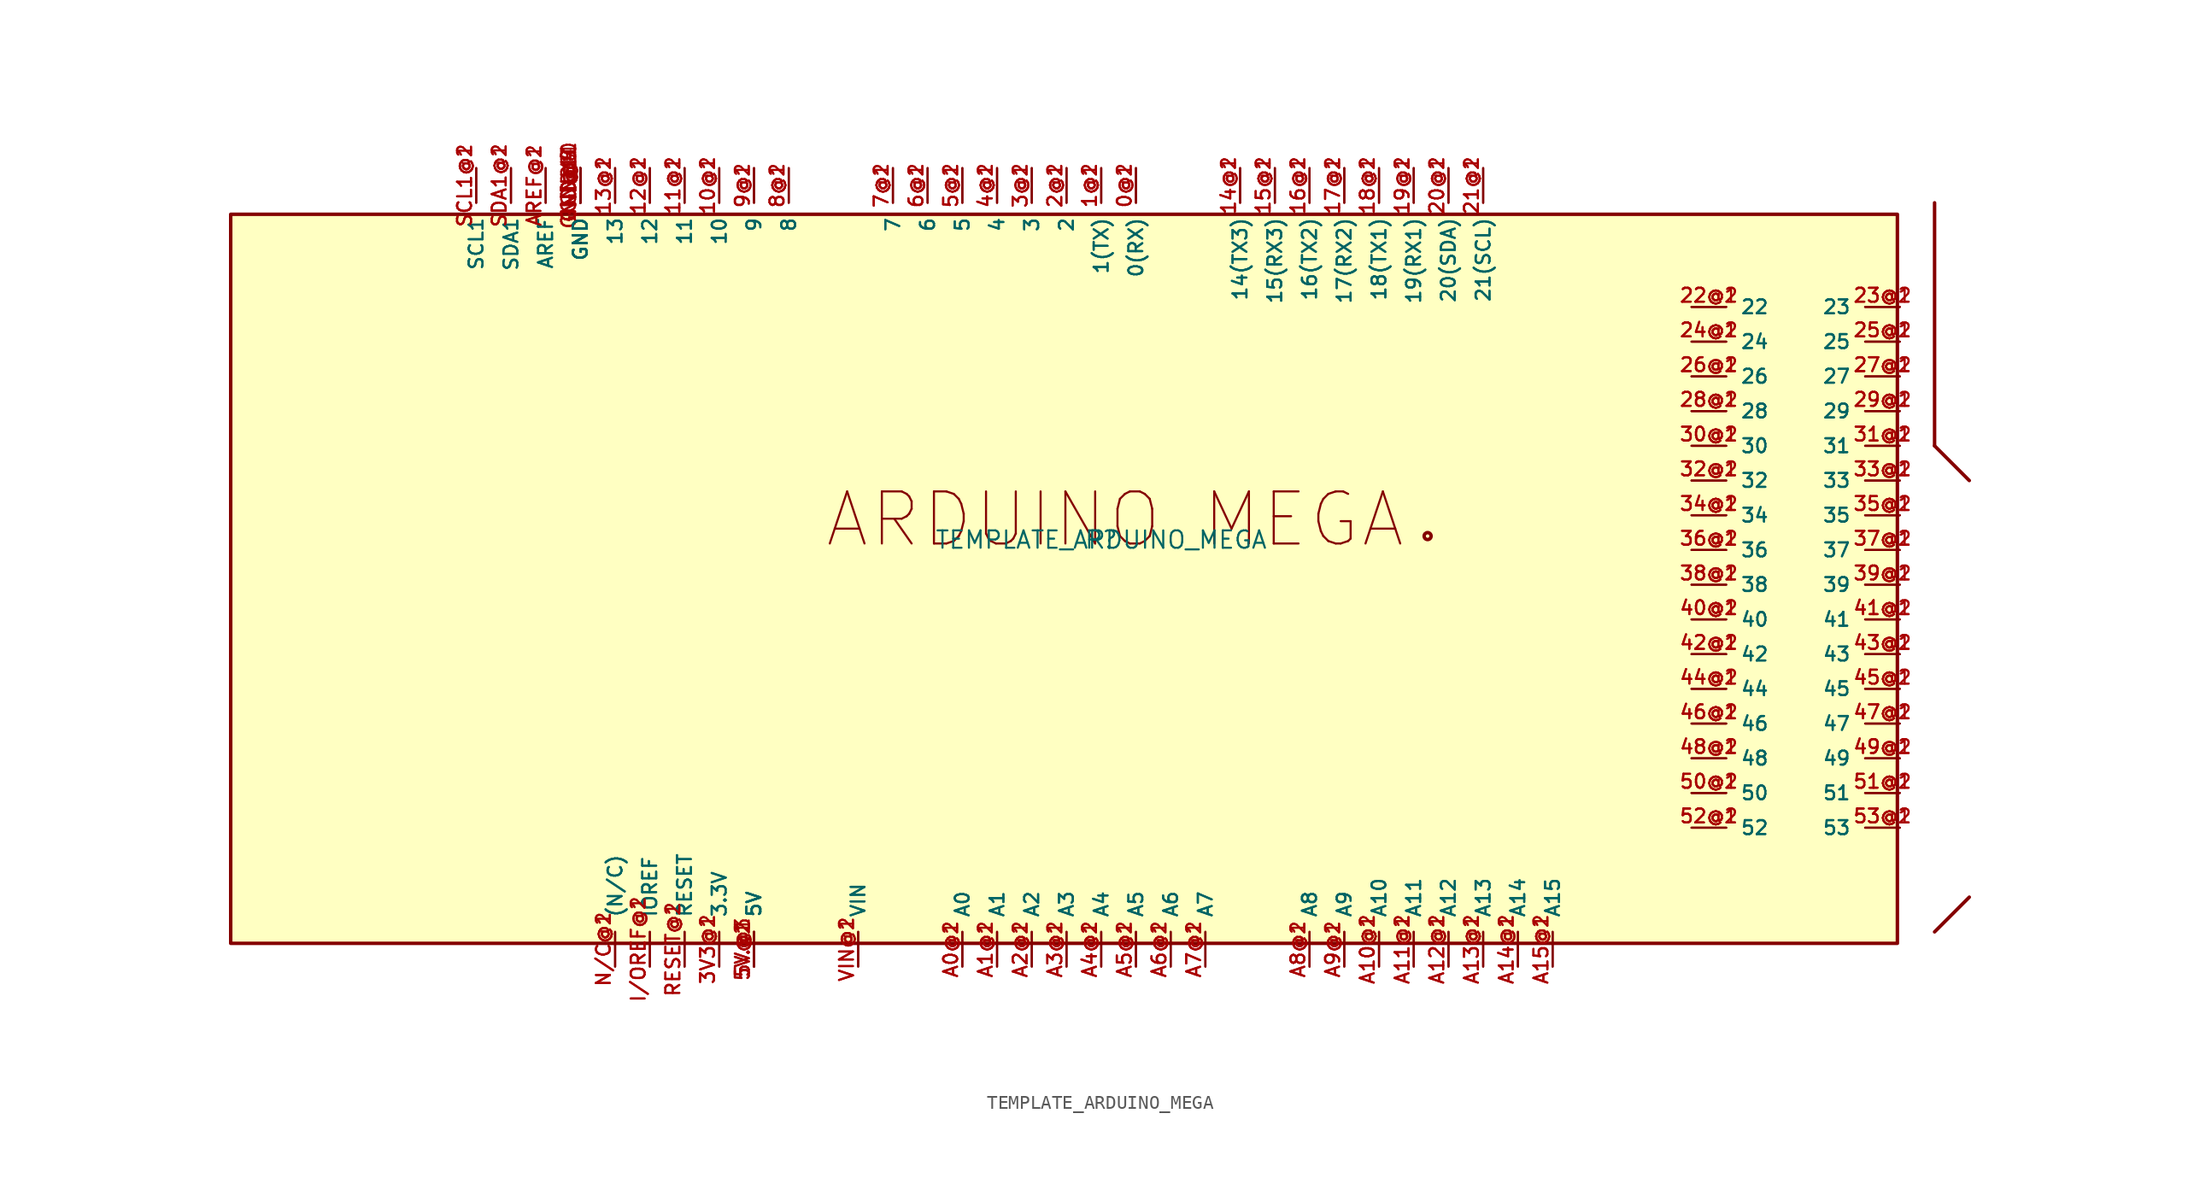
<source format=kicad_sym>
(kicad_symbol_lib
  (version 20211014)
  (generator kicad_symbol_editor)
  (symbol "TEMPLATE_ARDUINO_MEGA"
    (pin_names
      (offset 1.016))
    (property "Reference" "P"
      (at 0 0 0)
      (effects (font (size 1.27 1.27)) (justify bottom)))
    (property "Value" "TEMPLATE_ARDUINO_MEGA"
      (at 0 0.0 0)
      (effects (font (size 1.27 1.27)) (justify bottom)))
    (symbol "TEMPLATE_ARDUINO_MEGA_0_0"
      (circle (center 23.876 1.016) (radius 0.254) (stroke (width 0.254)) (fill (type none)))
      (polyline (pts (xy 60.96 25.4) (xy 60.96 7.62)) (stroke (width 0.254)))
      (polyline (pts (xy 60.96 7.62) (xy 63.5 5.08)) (stroke (width 0.254)))
      (polyline (pts (xy 63.5 -25.4) (xy 60.96 -27.94)) (stroke (width 0.254)))
      (text "ARDUINO MEGA" (at -20.32 0.0 0) (effects (font (size 3.81 3.81)) (justify bottom left)))
      (rectangle (start -63.68 -28.78) (end 58.24 24.56) (stroke (width 0.254)) (fill (type background)))
      (pin bidirectional line (at -35.56 -30.48 90.0) (length 2.54) (name "(N/C)" (effects (font (size 1.016 1.016)))) (number "N/C@1" (effects (font (size 1.016 1.016)))))
      (pin bidirectional line (at -35.56 -30.48 90.0) (length 2.54) (name "(N/C)" (effects (font (size 1.016 1.016)))) (number "N/C@2" (effects (font (size 1.016 1.016)))))
      (pin bidirectional line (at 2.54 27.94 270.0) (length 2.54) (name "0(RX)" (effects (font (size 1.016 1.016)))) (number "0@1" (effects (font (size 1.016 1.016)))))
      (pin bidirectional line (at 2.54 27.94 270.0) (length 2.54) (name "0(RX)" (effects (font (size 1.016 1.016)))) (number "0@2" (effects (font (size 1.016 1.016)))))
      (pin bidirectional line (at 0.0 27.94 270.0) (length 2.54) (name "1(TX)" (effects (font (size 1.016 1.016)))) (number "1@1" (effects (font (size 1.016 1.016)))))
      (pin bidirectional line (at 0.0 27.94 270.0) (length 2.54) (name "1(TX)" (effects (font (size 1.016 1.016)))) (number "1@2" (effects (font (size 1.016 1.016)))))
      (pin bidirectional line (at -2.54 27.94 270.0) (length 2.54) (name "2" (effects (font (size 1.016 1.016)))) (number "2@1" (effects (font (size 1.016 1.016)))))
      (pin bidirectional line (at -2.54 27.94 270.0) (length 2.54) (name "2" (effects (font (size 1.016 1.016)))) (number "2@2" (effects (font (size 1.016 1.016)))))
      (pin bidirectional line (at -5.08 27.94 270.0) (length 2.54) (name "3" (effects (font (size 1.016 1.016)))) (number "3@1" (effects (font (size 1.016 1.016)))))
      (pin bidirectional line (at -5.08 27.94 270.0) (length 2.54) (name "3" (effects (font (size 1.016 1.016)))) (number "3@2" (effects (font (size 1.016 1.016)))))
      (pin bidirectional line (at -27.94 -30.48 90.0) (length 2.54) (name "3.3V" (effects (font (size 1.016 1.016)))) (number "3V3@1" (effects (font (size 1.016 1.016)))))
      (pin bidirectional line (at -27.94 -30.48 90.0) (length 2.54) (name "3.3V" (effects (font (size 1.016 1.016)))) (number "3V3@2" (effects (font (size 1.016 1.016)))))
      (pin bidirectional line (at -7.62 27.94 270.0) (length 2.54) (name "4" (effects (font (size 1.016 1.016)))) (number "4@1" (effects (font (size 1.016 1.016)))))
      (pin bidirectional line (at -7.62 27.94 270.0) (length 2.54) (name "4" (effects (font (size 1.016 1.016)))) (number "4@2" (effects (font (size 1.016 1.016)))))
      (pin bidirectional line (at -10.16 27.94 270.0) (length 2.54) (name "5" (effects (font (size 1.016 1.016)))) (number "5@1" (effects (font (size 1.016 1.016)))))
      (pin bidirectional line (at -10.16 27.94 270.0) (length 2.54) (name "5" (effects (font (size 1.016 1.016)))) (number "5@2" (effects (font (size 1.016 1.016)))))
      (pin bidirectional line (at -25.4 -30.48 90.0) (length 2.54) (name "5V" (effects (font (size 1.016 1.016)))) (number "5V.@1" (effects (font (size 1.016 1.016)))))
      (pin bidirectional line (at -25.4 -30.48 90.0) (length 2.54) (name "5V" (effects (font (size 1.016 1.016)))) (number "5V.@3" (effects (font (size 1.016 1.016)))))
      (pin bidirectional line (at -25.4 -30.48 90.0) (length 2.54) (name "5V" (effects (font (size 1.016 1.016)))) (number "5V@1" (effects (font (size 1.016 1.016)))))
      (pin bidirectional line (at -25.4 -30.48 90.0) (length 2.54) (name "5V" (effects (font (size 1.016 1.016)))) (number "5V@2" (effects (font (size 1.016 1.016)))))
      (pin bidirectional line (at -12.7 27.94 270.0) (length 2.54) (name "6" (effects (font (size 1.016 1.016)))) (number "6@1" (effects (font (size 1.016 1.016)))))
      (pin bidirectional line (at -12.7 27.94 270.0) (length 2.54) (name "6" (effects (font (size 1.016 1.016)))) (number "6@2" (effects (font (size 1.016 1.016)))))
      (pin bidirectional line (at -15.24 27.94 270.0) (length 2.54) (name "7" (effects (font (size 1.016 1.016)))) (number "7@1" (effects (font (size 1.016 1.016)))))
      (pin bidirectional line (at -15.24 27.94 270.0) (length 2.54) (name "7" (effects (font (size 1.016 1.016)))) (number "7@2" (effects (font (size 1.016 1.016)))))
      (pin bidirectional line (at -22.86 27.94 270.0) (length 2.54) (name "8" (effects (font (size 1.016 1.016)))) (number "8@1" (effects (font (size 1.016 1.016)))))
      (pin bidirectional line (at -22.86 27.94 270.0) (length 2.54) (name "8" (effects (font (size 1.016 1.016)))) (number "8@2" (effects (font (size 1.016 1.016)))))
      (pin bidirectional line (at -25.4 27.94 270.0) (length 2.54) (name "9" (effects (font (size 1.016 1.016)))) (number "9@1" (effects (font (size 1.016 1.016)))))
      (pin bidirectional line (at -25.4 27.94 270.0) (length 2.54) (name "9" (effects (font (size 1.016 1.016)))) (number "9@2" (effects (font (size 1.016 1.016)))))
      (pin bidirectional line (at -27.94 27.94 270.0) (length 2.54) (name "10" (effects (font (size 1.016 1.016)))) (number "10@1" (effects (font (size 1.016 1.016)))))
      (pin bidirectional line (at -27.94 27.94 270.0) (length 2.54) (name "10" (effects (font (size 1.016 1.016)))) (number "10@2" (effects (font (size 1.016 1.016)))))
      (pin bidirectional line (at -30.48 27.94 270.0) (length 2.54) (name "11" (effects (font (size 1.016 1.016)))) (number "11@1" (effects (font (size 1.016 1.016)))))
      (pin bidirectional line (at -30.48 27.94 270.0) (length 2.54) (name "11" (effects (font (size 1.016 1.016)))) (number "11@2" (effects (font (size 1.016 1.016)))))
      (pin bidirectional line (at -33.02 27.94 270.0) (length 2.54) (name "12" (effects (font (size 1.016 1.016)))) (number "12@1" (effects (font (size 1.016 1.016)))))
      (pin bidirectional line (at -33.02 27.94 270.0) (length 2.54) (name "12" (effects (font (size 1.016 1.016)))) (number "12@2" (effects (font (size 1.016 1.016)))))
      (pin bidirectional line (at -35.56 27.94 270.0) (length 2.54) (name "13" (effects (font (size 1.016 1.016)))) (number "13@1" (effects (font (size 1.016 1.016)))))
      (pin bidirectional line (at -35.56 27.94 270.0) (length 2.54) (name "13" (effects (font (size 1.016 1.016)))) (number "13@2" (effects (font (size 1.016 1.016)))))
      (pin bidirectional line (at 10.16 27.94 270.0) (length 2.54) (name "14(TX3)" (effects (font (size 1.016 1.016)))) (number "14@1" (effects (font (size 1.016 1.016)))))
      (pin bidirectional line (at 10.16 27.94 270.0) (length 2.54) (name "14(TX3)" (effects (font (size 1.016 1.016)))) (number "14@2" (effects (font (size 1.016 1.016)))))
      (pin bidirectional line (at 12.7 27.94 270.0) (length 2.54) (name "15(RX3)" (effects (font (size 1.016 1.016)))) (number "15@1" (effects (font (size 1.016 1.016)))))
      (pin bidirectional line (at 12.7 27.94 270.0) (length 2.54) (name "15(RX3)" (effects (font (size 1.016 1.016)))) (number "15@2" (effects (font (size 1.016 1.016)))))
      (pin bidirectional line (at 15.24 27.94 270.0) (length 2.54) (name "16(TX2)" (effects (font (size 1.016 1.016)))) (number "16@1" (effects (font (size 1.016 1.016)))))
      (pin bidirectional line (at 15.24 27.94 270.0) (length 2.54) (name "16(TX2)" (effects (font (size 1.016 1.016)))) (number "16@2" (effects (font (size 1.016 1.016)))))
      (pin bidirectional line (at 17.78 27.94 270.0) (length 2.54) (name "17(RX2)" (effects (font (size 1.016 1.016)))) (number "17@1" (effects (font (size 1.016 1.016)))))
      (pin bidirectional line (at 17.78 27.94 270.0) (length 2.54) (name "17(RX2)" (effects (font (size 1.016 1.016)))) (number "17@2" (effects (font (size 1.016 1.016)))))
      (pin bidirectional line (at 20.32 27.94 270.0) (length 2.54) (name "18(TX1)" (effects (font (size 1.016 1.016)))) (number "18@1" (effects (font (size 1.016 1.016)))))
      (pin bidirectional line (at 20.32 27.94 270.0) (length 2.54) (name "18(TX1)" (effects (font (size 1.016 1.016)))) (number "18@2" (effects (font (size 1.016 1.016)))))
      (pin bidirectional line (at 22.86 27.94 270.0) (length 2.54) (name "19(RX1)" (effects (font (size 1.016 1.016)))) (number "19@1" (effects (font (size 1.016 1.016)))))
      (pin bidirectional line (at 22.86 27.94 270.0) (length 2.54) (name "19(RX1)" (effects (font (size 1.016 1.016)))) (number "19@2" (effects (font (size 1.016 1.016)))))
      (pin bidirectional line (at 25.4 27.94 270.0) (length 2.54) (name "20(SDA)" (effects (font (size 1.016 1.016)))) (number "20@1" (effects (font (size 1.016 1.016)))))
      (pin bidirectional line (at 25.4 27.94 270.0) (length 2.54) (name "20(SDA)" (effects (font (size 1.016 1.016)))) (number "20@2" (effects (font (size 1.016 1.016)))))
      (pin bidirectional line (at 27.94 27.94 270.0) (length 2.54) (name "21(SCL)" (effects (font (size 1.016 1.016)))) (number "21@1" (effects (font (size 1.016 1.016)))))
      (pin bidirectional line (at 27.94 27.94 270.0) (length 2.54) (name "21(SCL)" (effects (font (size 1.016 1.016)))) (number "21@2" (effects (font (size 1.016 1.016)))))
      (pin bidirectional line (at 43.18 17.78 0) (length 2.54) (name "22" (effects (font (size 1.016 1.016)))) (number "22@1" (effects (font (size 1.016 1.016)))))
      (pin bidirectional line (at 43.18 17.78 0) (length 2.54) (name "22" (effects (font (size 1.016 1.016)))) (number "22@2" (effects (font (size 1.016 1.016)))))
      (pin bidirectional line (at 58.42 17.78 180.0) (length 2.54) (name "23" (effects (font (size 1.016 1.016)))) (number "23@1" (effects (font (size 1.016 1.016)))))
      (pin bidirectional line (at 58.42 17.78 180.0) (length 2.54) (name "23" (effects (font (size 1.016 1.016)))) (number "23@2" (effects (font (size 1.016 1.016)))))
      (pin bidirectional line (at 43.18 15.24 0) (length 2.54) (name "24" (effects (font (size 1.016 1.016)))) (number "24@1" (effects (font (size 1.016 1.016)))))
      (pin bidirectional line (at 43.18 15.24 0) (length 2.54) (name "24" (effects (font (size 1.016 1.016)))) (number "24@2" (effects (font (size 1.016 1.016)))))
      (pin bidirectional line (at 58.42 15.24 180.0) (length 2.54) (name "25" (effects (font (size 1.016 1.016)))) (number "25@1" (effects (font (size 1.016 1.016)))))
      (pin bidirectional line (at 58.42 15.24 180.0) (length 2.54) (name "25" (effects (font (size 1.016 1.016)))) (number "25@2" (effects (font (size 1.016 1.016)))))
      (pin bidirectional line (at 43.18 12.7 0) (length 2.54) (name "26" (effects (font (size 1.016 1.016)))) (number "26@1" (effects (font (size 1.016 1.016)))))
      (pin bidirectional line (at 43.18 12.7 0) (length 2.54) (name "26" (effects (font (size 1.016 1.016)))) (number "26@2" (effects (font (size 1.016 1.016)))))
      (pin bidirectional line (at 58.42 12.7 180.0) (length 2.54) (name "27" (effects (font (size 1.016 1.016)))) (number "27@1" (effects (font (size 1.016 1.016)))))
      (pin bidirectional line (at 58.42 12.7 180.0) (length 2.54) (name "27" (effects (font (size 1.016 1.016)))) (number "27@2" (effects (font (size 1.016 1.016)))))
      (pin bidirectional line (at 43.18 10.16 0) (length 2.54) (name "28" (effects (font (size 1.016 1.016)))) (number "28@1" (effects (font (size 1.016 1.016)))))
      (pin bidirectional line (at 43.18 10.16 0) (length 2.54) (name "28" (effects (font (size 1.016 1.016)))) (number "28@2" (effects (font (size 1.016 1.016)))))
      (pin bidirectional line (at 58.42 10.16 180.0) (length 2.54) (name "29" (effects (font (size 1.016 1.016)))) (number "29@1" (effects (font (size 1.016 1.016)))))
      (pin bidirectional line (at 58.42 10.16 180.0) (length 2.54) (name "29" (effects (font (size 1.016 1.016)))) (number "29@2" (effects (font (size 1.016 1.016)))))
      (pin bidirectional line (at 43.18 7.62 0) (length 2.54) (name "30" (effects (font (size 1.016 1.016)))) (number "30@1" (effects (font (size 1.016 1.016)))))
      (pin bidirectional line (at 43.18 7.62 0) (length 2.54) (name "30" (effects (font (size 1.016 1.016)))) (number "30@2" (effects (font (size 1.016 1.016)))))
      (pin bidirectional line (at 58.42 7.62 180.0) (length 2.54) (name "31" (effects (font (size 1.016 1.016)))) (number "31@1" (effects (font (size 1.016 1.016)))))
      (pin bidirectional line (at 58.42 7.62 180.0) (length 2.54) (name "31" (effects (font (size 1.016 1.016)))) (number "31@2" (effects (font (size 1.016 1.016)))))
      (pin bidirectional line (at 43.18 5.08 0) (length 2.54) (name "32" (effects (font (size 1.016 1.016)))) (number "32@1" (effects (font (size 1.016 1.016)))))
      (pin bidirectional line (at 43.18 5.08 0) (length 2.54) (name "32" (effects (font (size 1.016 1.016)))) (number "32@2" (effects (font (size 1.016 1.016)))))
      (pin bidirectional line (at 58.42 5.08 180.0) (length 2.54) (name "33" (effects (font (size 1.016 1.016)))) (number "33@1" (effects (font (size 1.016 1.016)))))
      (pin bidirectional line (at 58.42 5.08 180.0) (length 2.54) (name "33" (effects (font (size 1.016 1.016)))) (number "33@2" (effects (font (size 1.016 1.016)))))
      (pin bidirectional line (at 43.18 2.54 0) (length 2.54) (name "34" (effects (font (size 1.016 1.016)))) (number "34@1" (effects (font (size 1.016 1.016)))))
      (pin bidirectional line (at 43.18 2.54 0) (length 2.54) (name "34" (effects (font (size 1.016 1.016)))) (number "34@2" (effects (font (size 1.016 1.016)))))
      (pin bidirectional line (at 58.42 2.54 180.0) (length 2.54) (name "35" (effects (font (size 1.016 1.016)))) (number "35@1" (effects (font (size 1.016 1.016)))))
      (pin bidirectional line (at 58.42 2.54 180.0) (length 2.54) (name "35" (effects (font (size 1.016 1.016)))) (number "35@2" (effects (font (size 1.016 1.016)))))
      (pin bidirectional line (at 43.18 0.0 0) (length 2.54) (name "36" (effects (font (size 1.016 1.016)))) (number "36@1" (effects (font (size 1.016 1.016)))))
      (pin bidirectional line (at 43.18 0.0 0) (length 2.54) (name "36" (effects (font (size 1.016 1.016)))) (number "36@2" (effects (font (size 1.016 1.016)))))
      (pin bidirectional line (at 58.42 0.0 180.0) (length 2.54) (name "37" (effects (font (size 1.016 1.016)))) (number "37@1" (effects (font (size 1.016 1.016)))))
      (pin bidirectional line (at 58.42 0.0 180.0) (length 2.54) (name "37" (effects (font (size 1.016 1.016)))) (number "37@2" (effects (font (size 1.016 1.016)))))
      (pin bidirectional line (at 43.18 -2.54 0) (length 2.54) (name "38" (effects (font (size 1.016 1.016)))) (number "38@1" (effects (font (size 1.016 1.016)))))
      (pin bidirectional line (at 43.18 -2.54 0) (length 2.54) (name "38" (effects (font (size 1.016 1.016)))) (number "38@2" (effects (font (size 1.016 1.016)))))
      (pin bidirectional line (at 58.42 -2.54 180.0) (length 2.54) (name "39" (effects (font (size 1.016 1.016)))) (number "39@1" (effects (font (size 1.016 1.016)))))
      (pin bidirectional line (at 58.42 -2.54 180.0) (length 2.54) (name "39" (effects (font (size 1.016 1.016)))) (number "39@2" (effects (font (size 1.016 1.016)))))
      (pin bidirectional line (at 43.18 -5.08 0) (length 2.54) (name "40" (effects (font (size 1.016 1.016)))) (number "40@1" (effects (font (size 1.016 1.016)))))
      (pin bidirectional line (at 43.18 -5.08 0) (length 2.54) (name "40" (effects (font (size 1.016 1.016)))) (number "40@2" (effects (font (size 1.016 1.016)))))
      (pin bidirectional line (at 58.42 -5.08 180.0) (length 2.54) (name "41" (effects (font (size 1.016 1.016)))) (number "41@1" (effects (font (size 1.016 1.016)))))
      (pin bidirectional line (at 58.42 -5.08 180.0) (length 2.54) (name "41" (effects (font (size 1.016 1.016)))) (number "41@2" (effects (font (size 1.016 1.016)))))
      (pin bidirectional line (at 43.18 -7.62 0) (length 2.54) (name "42" (effects (font (size 1.016 1.016)))) (number "42@1" (effects (font (size 1.016 1.016)))))
      (pin bidirectional line (at 43.18 -7.62 0) (length 2.54) (name "42" (effects (font (size 1.016 1.016)))) (number "42@2" (effects (font (size 1.016 1.016)))))
      (pin bidirectional line (at 58.42 -7.62 180.0) (length 2.54) (name "43" (effects (font (size 1.016 1.016)))) (number "43@1" (effects (font (size 1.016 1.016)))))
      (pin bidirectional line (at 58.42 -7.62 180.0) (length 2.54) (name "43" (effects (font (size 1.016 1.016)))) (number "43@2" (effects (font (size 1.016 1.016)))))
      (pin bidirectional line (at 43.18 -10.16 0) (length 2.54) (name "44" (effects (font (size 1.016 1.016)))) (number "44@1" (effects (font (size 1.016 1.016)))))
      (pin bidirectional line (at 43.18 -10.16 0) (length 2.54) (name "44" (effects (font (size 1.016 1.016)))) (number "44@2" (effects (font (size 1.016 1.016)))))
      (pin bidirectional line (at 58.42 -10.16 180.0) (length 2.54) (name "45" (effects (font (size 1.016 1.016)))) (number "45@1" (effects (font (size 1.016 1.016)))))
      (pin bidirectional line (at 58.42 -10.16 180.0) (length 2.54) (name "45" (effects (font (size 1.016 1.016)))) (number "45@2" (effects (font (size 1.016 1.016)))))
      (pin bidirectional line (at 43.18 -12.7 0) (length 2.54) (name "46" (effects (font (size 1.016 1.016)))) (number "46@1" (effects (font (size 1.016 1.016)))))
      (pin bidirectional line (at 43.18 -12.7 0) (length 2.54) (name "46" (effects (font (size 1.016 1.016)))) (number "46@2" (effects (font (size 1.016 1.016)))))
      (pin bidirectional line (at 58.42 -12.7 180.0) (length 2.54) (name "47" (effects (font (size 1.016 1.016)))) (number "47@1" (effects (font (size 1.016 1.016)))))
      (pin bidirectional line (at 58.42 -12.7 180.0) (length 2.54) (name "47" (effects (font (size 1.016 1.016)))) (number "47@2" (effects (font (size 1.016 1.016)))))
      (pin bidirectional line (at 43.18 -15.24 0) (length 2.54) (name "48" (effects (font (size 1.016 1.016)))) (number "48@1" (effects (font (size 1.016 1.016)))))
      (pin bidirectional line (at 43.18 -15.24 0) (length 2.54) (name "48" (effects (font (size 1.016 1.016)))) (number "48@2" (effects (font (size 1.016 1.016)))))
      (pin bidirectional line (at 58.42 -15.24 180.0) (length 2.54) (name "49" (effects (font (size 1.016 1.016)))) (number "49@1" (effects (font (size 1.016 1.016)))))
      (pin bidirectional line (at 58.42 -15.24 180.0) (length 2.54) (name "49" (effects (font (size 1.016 1.016)))) (number "49@2" (effects (font (size 1.016 1.016)))))
      (pin bidirectional line (at 43.18 -17.78 0) (length 2.54) (name "50" (effects (font (size 1.016 1.016)))) (number "50@1" (effects (font (size 1.016 1.016)))))
      (pin bidirectional line (at 43.18 -17.78 0) (length 2.54) (name "50" (effects (font (size 1.016 1.016)))) (number "50@2" (effects (font (size 1.016 1.016)))))
      (pin bidirectional line (at 58.42 -17.78 180.0) (length 2.54) (name "51" (effects (font (size 1.016 1.016)))) (number "51@1" (effects (font (size 1.016 1.016)))))
      (pin bidirectional line (at 58.42 -17.78 180.0) (length 2.54) (name "51" (effects (font (size 1.016 1.016)))) (number "51@2" (effects (font (size 1.016 1.016)))))
      (pin bidirectional line (at 43.18 -20.32 0) (length 2.54) (name "52" (effects (font (size 1.016 1.016)))) (number "52@1" (effects (font (size 1.016 1.016)))))
      (pin bidirectional line (at 43.18 -20.32 0) (length 2.54) (name "52" (effects (font (size 1.016 1.016)))) (number "52@2" (effects (font (size 1.016 1.016)))))
      (pin bidirectional line (at 58.42 -20.32 180.0) (length 2.54) (name "53" (effects (font (size 1.016 1.016)))) (number "53@1" (effects (font (size 1.016 1.016)))))
      (pin bidirectional line (at 58.42 -20.32 180.0) (length 2.54) (name "53" (effects (font (size 1.016 1.016)))) (number "53@2" (effects (font (size 1.016 1.016)))))
      (pin bidirectional line (at -10.16 -30.48 90.0) (length 2.54) (name "A0" (effects (font (size 1.016 1.016)))) (number "A0@1" (effects (font (size 1.016 1.016)))))
      (pin bidirectional line (at -10.16 -30.48 90.0) (length 2.54) (name "A0" (effects (font (size 1.016 1.016)))) (number "A0@2" (effects (font (size 1.016 1.016)))))
      (pin bidirectional line (at -7.62 -30.48 90.0) (length 2.54) (name "A1" (effects (font (size 1.016 1.016)))) (number "A1@1" (effects (font (size 1.016 1.016)))))
      (pin bidirectional line (at -7.62 -30.48 90.0) (length 2.54) (name "A1" (effects (font (size 1.016 1.016)))) (number "A1@2" (effects (font (size 1.016 1.016)))))
      (pin bidirectional line (at -5.08 -30.48 90.0) (length 2.54) (name "A2" (effects (font (size 1.016 1.016)))) (number "A2@1" (effects (font (size 1.016 1.016)))))
      (pin bidirectional line (at -5.08 -30.48 90.0) (length 2.54) (name "A2" (effects (font (size 1.016 1.016)))) (number "A2@2" (effects (font (size 1.016 1.016)))))
      (pin bidirectional line (at -2.54 -30.48 90.0) (length 2.54) (name "A3" (effects (font (size 1.016 1.016)))) (number "A3@1" (effects (font (size 1.016 1.016)))))
      (pin bidirectional line (at -2.54 -30.48 90.0) (length 2.54) (name "A3" (effects (font (size 1.016 1.016)))) (number "A3@2" (effects (font (size 1.016 1.016)))))
      (pin bidirectional line (at 0.0 -30.48 90.0) (length 2.54) (name "A4" (effects (font (size 1.016 1.016)))) (number "A4@1" (effects (font (size 1.016 1.016)))))
      (pin bidirectional line (at 0.0 -30.48 90.0) (length 2.54) (name "A4" (effects (font (size 1.016 1.016)))) (number "A4@2" (effects (font (size 1.016 1.016)))))
      (pin bidirectional line (at 2.54 -30.48 90.0) (length 2.54) (name "A5" (effects (font (size 1.016 1.016)))) (number "A5@1" (effects (font (size 1.016 1.016)))))
      (pin bidirectional line (at 2.54 -30.48 90.0) (length 2.54) (name "A5" (effects (font (size 1.016 1.016)))) (number "A5@2" (effects (font (size 1.016 1.016)))))
      (pin bidirectional line (at 5.08 -30.48 90.0) (length 2.54) (name "A6" (effects (font (size 1.016 1.016)))) (number "A6@1" (effects (font (size 1.016 1.016)))))
      (pin bidirectional line (at 5.08 -30.48 90.0) (length 2.54) (name "A6" (effects (font (size 1.016 1.016)))) (number "A6@2" (effects (font (size 1.016 1.016)))))
      (pin bidirectional line (at 7.62 -30.48 90.0) (length 2.54) (name "A7" (effects (font (size 1.016 1.016)))) (number "A7@1" (effects (font (size 1.016 1.016)))))
      (pin bidirectional line (at 7.62 -30.48 90.0) (length 2.54) (name "A7" (effects (font (size 1.016 1.016)))) (number "A7@2" (effects (font (size 1.016 1.016)))))
      (pin bidirectional line (at 15.24 -30.48 90.0) (length 2.54) (name "A8" (effects (font (size 1.016 1.016)))) (number "A8@1" (effects (font (size 1.016 1.016)))))
      (pin bidirectional line (at 15.24 -30.48 90.0) (length 2.54) (name "A8" (effects (font (size 1.016 1.016)))) (number "A8@2" (effects (font (size 1.016 1.016)))))
      (pin bidirectional line (at 17.78 -30.48 90.0) (length 2.54) (name "A9" (effects (font (size 1.016 1.016)))) (number "A9@1" (effects (font (size 1.016 1.016)))))
      (pin bidirectional line (at 17.78 -30.48 90.0) (length 2.54) (name "A9" (effects (font (size 1.016 1.016)))) (number "A9@2" (effects (font (size 1.016 1.016)))))
      (pin bidirectional line (at 20.32 -30.48 90.0) (length 2.54) (name "A10" (effects (font (size 1.016 1.016)))) (number "A10@1" (effects (font (size 1.016 1.016)))))
      (pin bidirectional line (at 20.32 -30.48 90.0) (length 2.54) (name "A10" (effects (font (size 1.016 1.016)))) (number "A10@2" (effects (font (size 1.016 1.016)))))
      (pin bidirectional line (at 22.86 -30.48 90.0) (length 2.54) (name "A11" (effects (font (size 1.016 1.016)))) (number "A11@1" (effects (font (size 1.016 1.016)))))
      (pin bidirectional line (at 22.86 -30.48 90.0) (length 2.54) (name "A11" (effects (font (size 1.016 1.016)))) (number "A11@2" (effects (font (size 1.016 1.016)))))
      (pin bidirectional line (at 25.4 -30.48 90.0) (length 2.54) (name "A12" (effects (font (size 1.016 1.016)))) (number "A12@1" (effects (font (size 1.016 1.016)))))
      (pin bidirectional line (at 25.4 -30.48 90.0) (length 2.54) (name "A12" (effects (font (size 1.016 1.016)))) (number "A12@2" (effects (font (size 1.016 1.016)))))
      (pin bidirectional line (at 27.94 -30.48 90.0) (length 2.54) (name "A13" (effects (font (size 1.016 1.016)))) (number "A13@1" (effects (font (size 1.016 1.016)))))
      (pin bidirectional line (at 27.94 -30.48 90.0) (length 2.54) (name "A13" (effects (font (size 1.016 1.016)))) (number "A13@2" (effects (font (size 1.016 1.016)))))
      (pin bidirectional line (at 30.48 -30.48 90.0) (length 2.54) (name "A14" (effects (font (size 1.016 1.016)))) (number "A14@1" (effects (font (size 1.016 1.016)))))
      (pin bidirectional line (at 30.48 -30.48 90.0) (length 2.54) (name "A14" (effects (font (size 1.016 1.016)))) (number "A14@2" (effects (font (size 1.016 1.016)))))
      (pin bidirectional line (at 33.02 -30.48 90.0) (length 2.54) (name "A15" (effects (font (size 1.016 1.016)))) (number "A15@1" (effects (font (size 1.016 1.016)))))
      (pin bidirectional line (at 33.02 -30.48 90.0) (length 2.54) (name "A15" (effects (font (size 1.016 1.016)))) (number "A15@2" (effects (font (size 1.016 1.016)))))
      (pin bidirectional line (at -40.64 27.94 270.0) (length 2.54) (name "AREF" (effects (font (size 1.016 1.016)))) (number "AREF@1" (effects (font (size 1.016 1.016)))))
      (pin bidirectional line (at -40.64 27.94 270.0) (length 2.54) (name "AREF" (effects (font (size 1.016 1.016)))) (number "AREF@2" (effects (font (size 1.016 1.016)))))
      (pin bidirectional line (at -38.1 27.94 270.0) (length 2.54) (name "GND" (effects (font (size 1.016 1.016)))) (number "GND" (effects (font (size 1.016 1.016)))))
      (pin bidirectional line (at -38.1 27.94 270.0) (length 2.54) (name "GND" (effects (font (size 1.016 1.016)))) (number "GND1" (effects (font (size 1.016 1.016)))))
      (pin bidirectional line (at -38.1 27.94 270.0) (length 2.54) (name "GND" (effects (font (size 1.016 1.016)))) (number "GND@4" (effects (font (size 1.016 1.016)))))
      (pin bidirectional line (at -38.1 27.94 270.0) (length 2.54) (name "GND" (effects (font (size 1.016 1.016)))) (number "GND@7" (effects (font (size 1.016 1.016)))))
      (pin bidirectional line (at -38.1 27.94 270.0) (length 2.54) (name "GND" (effects (font (size 1.016 1.016)))) (number "GND@8" (effects (font (size 1.016 1.016)))))
      (pin bidirectional line (at -38.1 27.94 270.0) (length 2.54) (name "GND" (effects (font (size 1.016 1.016)))) (number "GND@9" (effects (font (size 1.016 1.016)))))
      (pin bidirectional line (at -38.1 27.94 270.0) (length 2.54) (name "GND" (effects (font (size 1.016 1.016)))) (number "GND@10" (effects (font (size 1.016 1.016)))))
      (pin bidirectional line (at -38.1 27.94 270.0) (length 2.54) (name "GND" (effects (font (size 1.016 1.016)))) (number "GND@11" (effects (font (size 1.016 1.016)))))
      (pin bidirectional line (at -33.02 -30.48 90.0) (length 2.54) (name "IOREF" (effects (font (size 1.016 1.016)))) (number "I/OREF@1" (effects (font (size 1.016 1.016)))))
      (pin bidirectional line (at -33.02 -30.48 90.0) (length 2.54) (name "IOREF" (effects (font (size 1.016 1.016)))) (number "I/OREF@2" (effects (font (size 1.016 1.016)))))
      (pin bidirectional line (at -30.48 -30.48 90.0) (length 2.54) (name "RESET" (effects (font (size 1.016 1.016)))) (number "RESET@1" (effects (font (size 1.016 1.016)))))
      (pin bidirectional line (at -30.48 -30.48 90.0) (length 2.54) (name "RESET" (effects (font (size 1.016 1.016)))) (number "RESET@2" (effects (font (size 1.016 1.016)))))
      (pin bidirectional line (at -45.72 27.94 270.0) (length 2.54) (name "SCL1" (effects (font (size 1.016 1.016)))) (number "SCL1@1" (effects (font (size 1.016 1.016)))))
      (pin bidirectional line (at -45.72 27.94 270.0) (length 2.54) (name "SCL1" (effects (font (size 1.016 1.016)))) (number "SCL1@2" (effects (font (size 1.016 1.016)))))
      (pin bidirectional line (at -43.18 27.94 270.0) (length 2.54) (name "SDA1" (effects (font (size 1.016 1.016)))) (number "SDA1@1" (effects (font (size 1.016 1.016)))))
      (pin bidirectional line (at -43.18 27.94 270.0) (length 2.54) (name "SDA1" (effects (font (size 1.016 1.016)))) (number "SDA1@2" (effects (font (size 1.016 1.016)))))
      (pin bidirectional line (at -17.78 -30.48 90.0) (length 2.54) (name "VIN" (effects (font (size 1.016 1.016)))) (number "VIN@1" (effects (font (size 1.016 1.016)))))
      (pin bidirectional line (at -17.78 -30.48 90.0) (length 2.54) (name "VIN" (effects (font (size 1.016 1.016)))) (number "VIN@2" (effects (font (size 1.016 1.016))))))))
</source>
